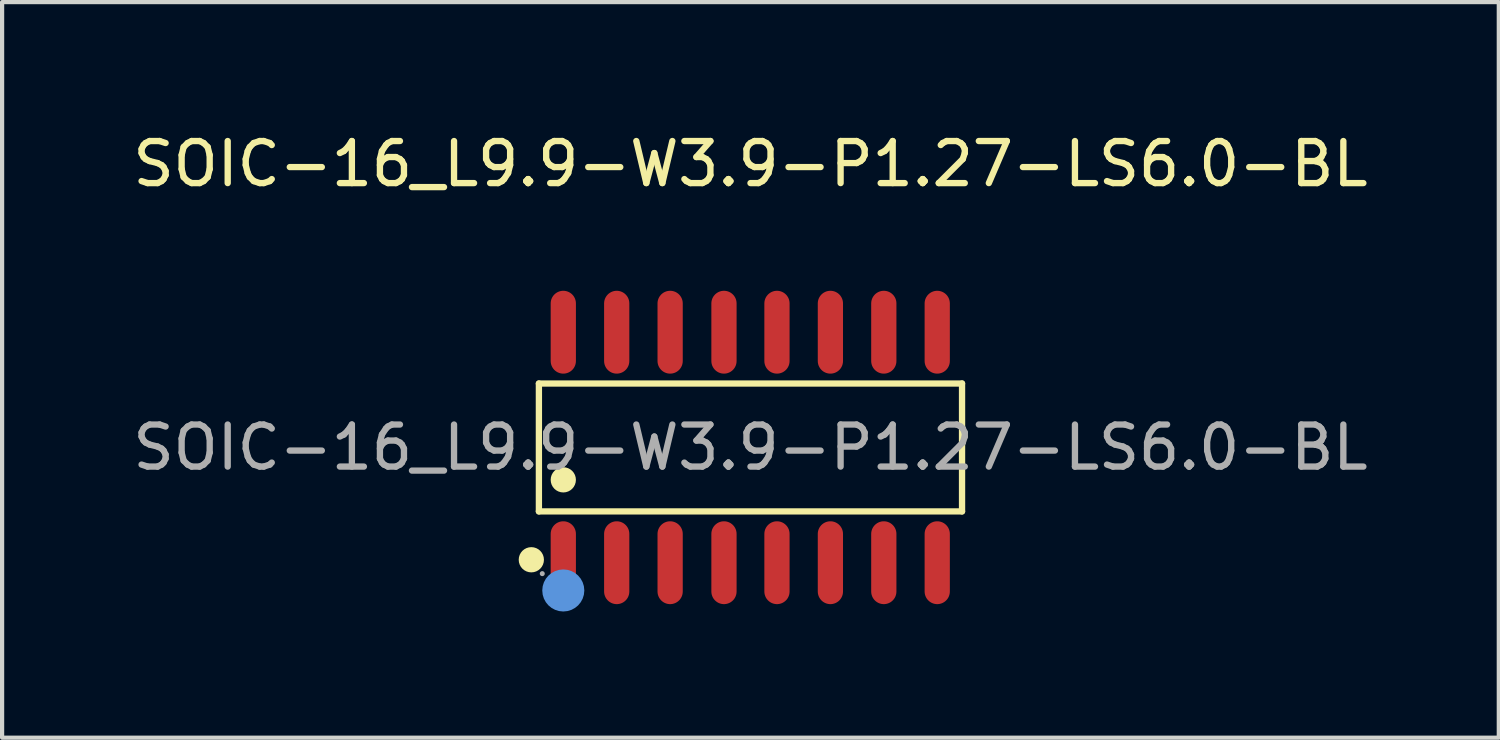
<source format=kicad_pcb>
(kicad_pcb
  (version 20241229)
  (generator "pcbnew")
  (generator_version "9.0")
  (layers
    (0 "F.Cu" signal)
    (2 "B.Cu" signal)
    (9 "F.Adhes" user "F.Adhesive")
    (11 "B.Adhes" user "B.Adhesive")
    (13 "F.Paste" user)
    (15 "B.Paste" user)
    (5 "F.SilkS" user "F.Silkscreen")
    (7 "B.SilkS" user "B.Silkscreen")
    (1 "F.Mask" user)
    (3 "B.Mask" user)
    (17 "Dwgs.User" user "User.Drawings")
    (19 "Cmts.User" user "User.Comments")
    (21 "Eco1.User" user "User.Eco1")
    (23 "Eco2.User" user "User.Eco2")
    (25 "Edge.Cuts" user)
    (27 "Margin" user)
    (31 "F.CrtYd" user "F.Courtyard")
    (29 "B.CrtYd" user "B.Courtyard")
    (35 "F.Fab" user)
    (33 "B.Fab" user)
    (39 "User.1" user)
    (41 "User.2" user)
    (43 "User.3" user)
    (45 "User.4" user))
  (footprint "SOIC-16_L9.9-W3.9-P1.27-LS6.0-BL"
    (layer "F.Cu")
    (at 14.792 7.588)
    (property "Reference" "SOIC-16_L9.9-W3.9-P1.27-LS6.0-BL" (at 0 -6.74 0) (layer "F.SilkS") (effects (font (size 1 1) (thickness 0.15))))
    (attr through_hole)
    (fp_line (start -5.03 -1.52) (end 5.03 -1.52) (stroke (width 0.15) (type solid)) (layer "F.SilkS"))
    (fp_line (start -5.03 1.52) (end -5.03 -1.52) (stroke (width 0.15) (type solid)) (layer "F.SilkS"))
    (fp_line (start 5.03 -1.52) (end 5.03 1.52) (stroke (width 0.15) (type solid)) (layer "F.SilkS"))
    (fp_line (start 5.03 1.52) (end -5.03 1.52) (stroke (width 0.15) (type solid)) (layer "F.SilkS"))
    (fp_circle (center -5.21 2.67) (end -5.06 2.67) (stroke (width 0.3) (type solid)) (fill no) (layer "F.SilkS"))
    (fp_circle (center -4.45 0.77) (end -4.3 0.77) (stroke (width 0.3) (type solid)) (fill no) (layer "F.SilkS"))
    (fp_circle (center -4.45 3.4) (end -4.2 3.4) (stroke (width 0.5) (type solid)) (fill no) (layer "Cmts.User"))
    (fp_circle (center -4.95 3) (end -4.92 3) (stroke (width 0.06) (type solid)) (fill no) (layer "F.Fab"))
    (fp_text user "${REFERENCE}" (at 0 0 0) (layer "F.Fab") (effects (font (size 1 1) (thickness 0.15))))
    (pad "1" smd oval (at -4.45 2.74) (size 0.6 1.97) (layers "F.Cu" "F.Mask" "F.Paste"))
    (pad "2" smd oval (at -3.18 2.74) (size 0.6 1.97) (layers "F.Cu" "F.Mask" "F.Paste"))
    (pad "3" smd oval (at -1.91 2.74) (size 0.6 1.97) (layers "F.Cu" "F.Mask" "F.Paste"))
    (pad "4" smd oval (at -0.63 2.74) (size 0.6 1.97) (layers "F.Cu" "F.Mask" "F.Paste"))
    (pad "5" smd oval (at 0.63 2.74) (size 0.6 1.97) (layers "F.Cu" "F.Mask" "F.Paste"))
    (pad "6" smd oval (at 1.9 2.74) (size 0.6 1.97) (layers "F.Cu" "F.Mask" "F.Paste"))
    (pad "7" smd oval (at 3.17 2.74) (size 0.6 1.97) (layers "F.Cu" "F.Mask" "F.Paste"))
    (pad "8" smd oval (at 4.44 2.74) (size 0.6 1.97) (layers "F.Cu" "F.Mask" "F.Paste"))
    (pad "9" smd oval (at 4.44 -2.74) (size 0.6 1.97) (layers "F.Cu" "F.Mask" "F.Paste"))
    (pad "10" smd oval (at 3.17 -2.74) (size 0.6 1.97) (layers "F.Cu" "F.Mask" "F.Paste"))
    (pad "11" smd oval (at 1.9 -2.74) (size 0.6 1.97) (layers "F.Cu" "F.Mask" "F.Paste"))
    (pad "12" smd oval (at 0.63 -2.74) (size 0.6 1.97) (layers "F.Cu" "F.Mask" "F.Paste"))
    (pad "13" smd oval (at -0.63 -2.74) (size 0.6 1.97) (layers "F.Cu" "F.Mask" "F.Paste"))
    (pad "14" smd oval (at -1.91 -2.74) (size 0.6 1.97) (layers "F.Cu" "F.Mask" "F.Paste"))
    (pad "15" smd oval (at -3.18 -2.74) (size 0.6 1.97) (layers "F.Cu" "F.Mask" "F.Paste"))
    (pad "16" smd oval (at -4.45 -2.74) (size 0.6 1.97) (layers "F.Cu" "F.Mask" "F.Paste")))
  (gr_rect
    (start -3 -3)
    (end 32.583 14.488)
    (stroke (width 0.1) (type default))
    (fill no)
    (layer "Edge.Cuts")))
</source>
